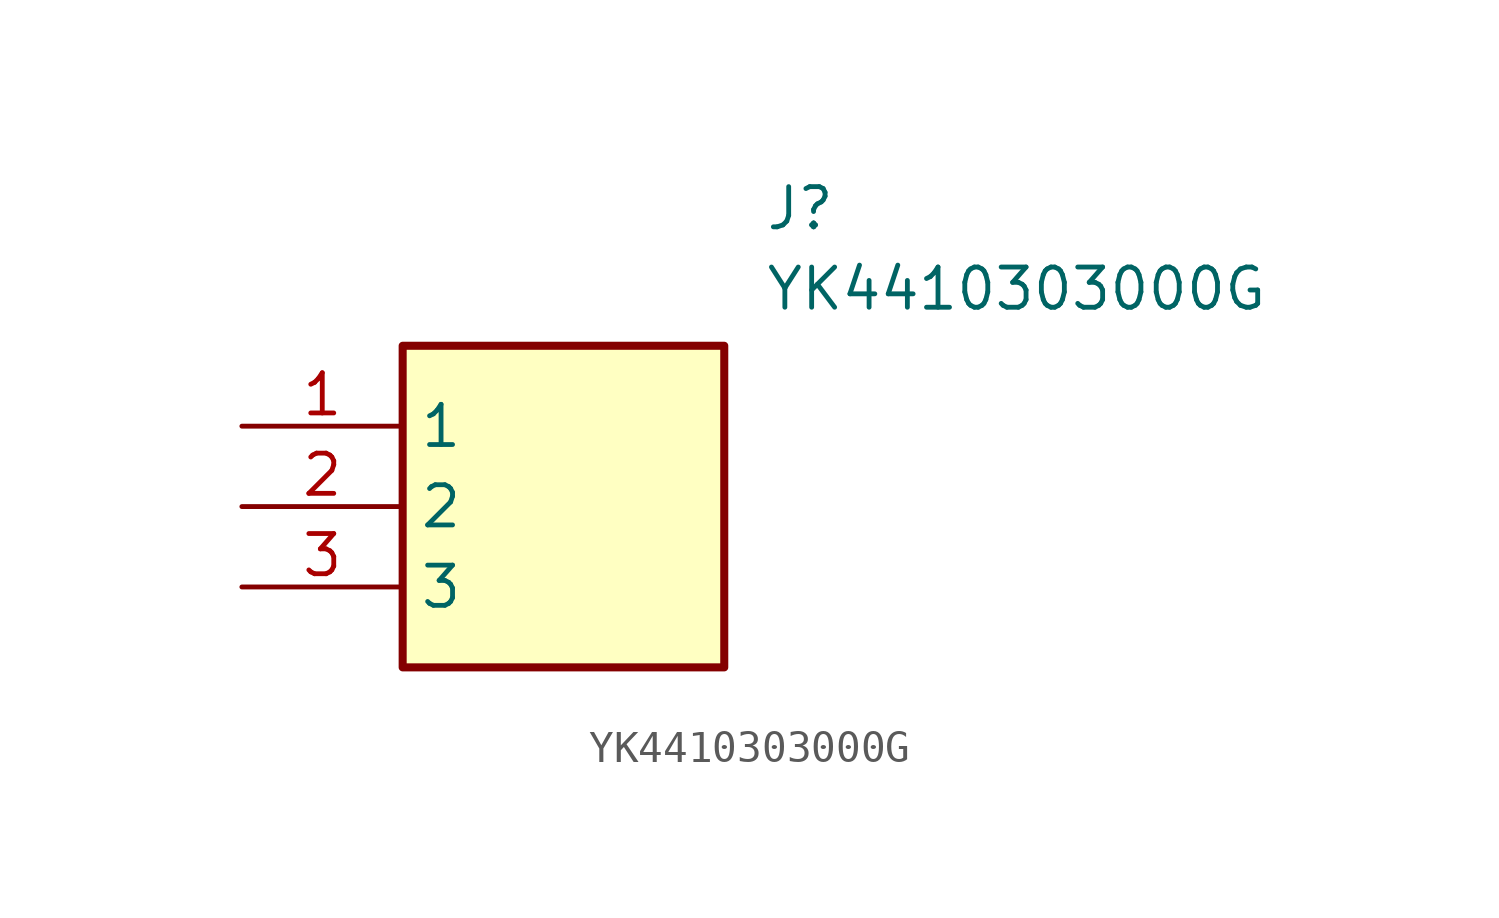
<source format=kicad_sym>
(kicad_symbol_lib
  (version 20211014)
  (generator SamacSys_ECAD_Model)
  (symbol "YK4410303000G"
    (property "Reference" "J"
      (at 16.51 7.62 0)
      (effects (font (size 1.27 1.27)) (justify left top)))
    (property "Value" "YK4410303000G"
      (at 16.51 5.08 0)
      (effects (font (size 1.27 1.27)) (justify left top)))
    (rectangle
      (start 5.08 2.54)
      (end 15.24 -7.62)
      (stroke (width 0.254) (type default))
      (fill (type background)))
    (pin passive line
      (at 0 0 0)
      (length 5.08)
      (name "1" (effects (font (size 1.27 1.27))))
      (number "1" (effects (font (size 1.27 1.27)))))
    (pin passive line
      (at 0 -2.54 0)
      (length 5.08)
      (name "2" (effects (font (size 1.27 1.27))))
      (number "2" (effects (font (size 1.27 1.27)))))
    (pin passive line
      (at 0 -5.08 0)
      (length 5.08)
      (name "3" (effects (font (size 1.27 1.27))))
      (number "3" (effects (font (size 1.27 1.27)))))))
</source>
